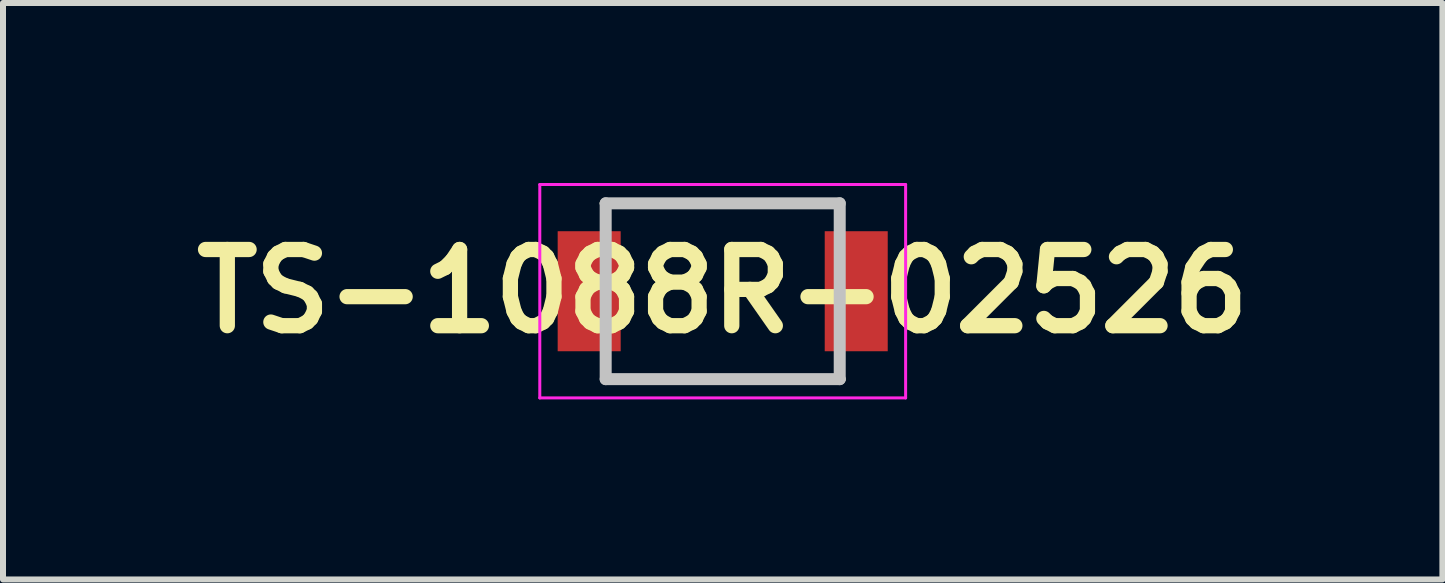
<source format=kicad_pcb>
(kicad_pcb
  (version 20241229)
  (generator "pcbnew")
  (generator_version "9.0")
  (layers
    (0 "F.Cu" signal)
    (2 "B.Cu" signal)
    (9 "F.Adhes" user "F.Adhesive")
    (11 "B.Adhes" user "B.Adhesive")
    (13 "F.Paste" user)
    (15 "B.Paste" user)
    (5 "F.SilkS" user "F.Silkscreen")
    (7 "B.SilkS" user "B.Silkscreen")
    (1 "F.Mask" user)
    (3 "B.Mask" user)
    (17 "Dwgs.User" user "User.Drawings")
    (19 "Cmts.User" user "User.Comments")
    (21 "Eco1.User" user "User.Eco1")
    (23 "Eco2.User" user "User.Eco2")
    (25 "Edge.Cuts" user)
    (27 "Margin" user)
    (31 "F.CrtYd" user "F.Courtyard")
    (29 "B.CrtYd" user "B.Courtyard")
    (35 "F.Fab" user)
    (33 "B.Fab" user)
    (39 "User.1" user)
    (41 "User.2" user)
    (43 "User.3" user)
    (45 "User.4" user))
  (footprint "TS-1088R-02526"
    (layer "F.Cu")
    (at 8.993 1.803)
    (property "Reference" "TS-1088R-02526" (at 0 0 0) (layer "F.SilkS") (effects (font (size 1.27 1.27) (thickness 0.254))))
    (attr smd)
    (fp_line (start -2 -1.465) (end 1.95 -1.465) (stroke (width 0.1) (type solid)) (layer "F.SilkS"))
    (fp_line (start -1.95 1.465) (end 2 1.465) (stroke (width 0.1) (type solid)) (layer "F.SilkS"))
    (fp_line (start -1.95 -1.465) (end 1.95 -1.465) (stroke (width 0.2) (type solid)) (layer "Dwgs.User"))
    (fp_line (start -1.95 1.465) (end -1.95 -1.465) (stroke (width 0.2) (type solid)) (layer "Dwgs.User"))
    (fp_line (start 1.95 -1.465) (end 1.95 1.465) (stroke (width 0.2) (type solid)) (layer "Dwgs.User"))
    (fp_line (start 1.95 1.465) (end -1.95 1.465) (stroke (width 0.2) (type solid)) (layer "Dwgs.User"))
    (fp_line (start -3.048 -1.778) (end -3.048 1.778) (stroke (width 0.05) (type solid)) (layer "F.CrtYd"))
    (fp_line (start -3.048 1.778) (end 3.048 1.778) (stroke (width 0.05) (type solid)) (layer "F.CrtYd"))
    (fp_line (start 3.048 -1.778) (end -3.048 -1.778) (stroke (width 0.05) (type solid)) (layer "F.CrtYd"))
    (fp_line (start 3.048 1.778) (end 3.048 -1.778) (stroke (width 0.05) (type solid)) (layer "F.CrtYd"))
    (pad "1" smd rect (at -2.225 0) (size 1.05 2) (layers "F.Cu" "F.Mask" "F.Paste"))
    (pad "2" smd rect (at 2.225 0) (size 1.05 2) (layers "F.Cu" "F.Mask" "F.Paste")))
  (gr_rect
    (start -3 -3)
    (end 20.986 6.606)
    (stroke (width 0.1) (type default))
    (fill no)
    (layer "Edge.Cuts")))
</source>
